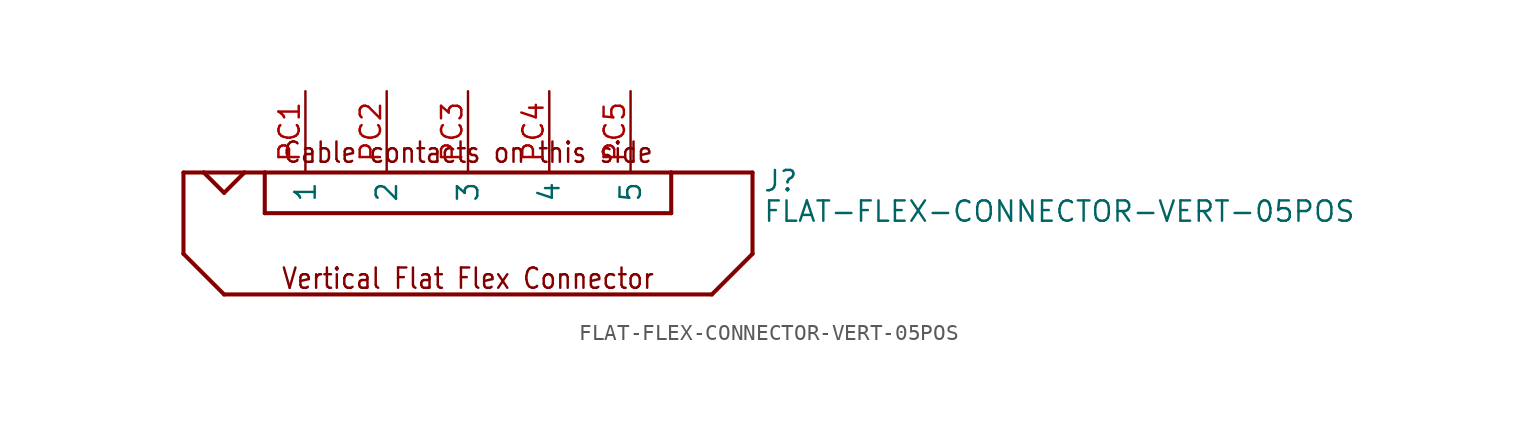
<source format=kicad_sym>
(kicad_symbol_lib
  (version 20211014)
  (generator kicad_symbol_editor)
  (symbol "FLAT-FLEX-CONNECTOR-VERT-05POS"
    (pin_names)
    (property "Reference" "J"
      (at 18.415 1.27 0)
      (effects (font (size 1.27 1.27)) (justify left bottom)))
    (property "Value" "FLAT-FLEX-CONNECTOR-VERT-05POS"
      (at 18.415 -0.635 0)
      (effects (font (size 1.27 1.27)) (justify left bottom)))
    (property "Datasheet" ""
      (at 0 0 0))
    (property "ki_description" "FLAT-FLEX-CONNECTOR-VERT-05POS  - Flat Flex Connector 5 position Vertical Technical Specifications: Number of Positions: 5 Contact: One Side Mount: Vertical "
      (at 0 0 0))
    (property "ki_fp_filters" "FlashPCB_Connectors:FLAT-FLEX-CONNECTOR-MOLEX-52610-VERT-05POS"
      (at 0 0 0))
    (symbol "FLAT-FLEX-CONNECTOR-VERT-05POS_1_1"
      (text "Cable contacts on this side" (at 0 3.048 0) (effects (font (size 1.27 1.086)) (justify bottom)))
      (text "Vertical Flat Flex Connector" (at 0 -4.826 0) (effects (font (size 1.27 1.086)) (justify bottom)))
      (polyline (pts (xy -17.78 2.54) (xy -17.78 -2.54)) (stroke (width 0.254)) (fill (type none)))
      (polyline (pts (xy -17.78 -2.54) (xy -15.24 -5.08)) (stroke (width 0.254)) (fill (type none)))
      (polyline (pts (xy -15.24 -5.08) (xy 15.24 -5.08)) (stroke (width 0.254)) (fill (type none)))
      (polyline (pts (xy 15.24 -5.08) (xy 17.78 -2.54)) (stroke (width 0.254)) (fill (type none)))
      (polyline (pts (xy 17.78 -2.54) (xy 17.78 2.54)) (stroke (width 0.254)) (fill (type none)))
      (polyline (pts (xy 17.78 2.54) (xy 12.7 2.54)) (stroke (width 0.254)) (fill (type none)))
      (polyline (pts (xy 12.7 2.54) (xy 12.7 0)) (stroke (width 0.254)) (fill (type none)))
      (polyline (pts (xy 12.7 0) (xy -12.7 0)) (stroke (width 0.254)) (fill (type none)))
      (polyline (pts (xy -12.7 0) (xy -12.7 2.54)) (stroke (width 0.254)) (fill (type none)))
      (polyline (pts (xy -12.7 2.54) (xy -13.97 2.54)) (stroke (width 0.254)) (fill (type none)))
      (polyline (pts (xy -13.97 2.54) (xy -16.51 2.54)) (stroke (width 0.254)) (fill (type none)))
      (polyline (pts (xy -16.51 2.54) (xy -17.78 2.54)) (stroke (width 0.254)) (fill (type none)))
      (polyline (pts (xy -12.7 2.54) (xy 12.7 2.54)) (stroke (width 0.254)) (fill (type none)))
      (polyline (pts (xy -16.51 2.54) (xy -15.24 1.27)) (stroke (width 0.254)) (fill (type none)))
      (polyline (pts (xy -15.24 1.27) (xy -13.97 2.54)) (stroke (width 0.254)) (fill (type none)))
      (pin bidirectional line (at -10.16 7.62 270) (length 5.08) (name "1" (effects (font (size 1.27 1.27)))) (number "PC1" (effects (font (size 1.27 1.27)))))
      (pin bidirectional line (at -10.16 7.62 270) (length 5.08) hide (name "1" (effects (font (size 1.27 1.27)))) (number "PS1" (effects (font (size 1.27 1.27)))))
      (pin bidirectional line (at -5.08 7.62 270) (length 5.08) (name "2" (effects (font (size 1.27 1.27)))) (number "PC2" (effects (font (size 1.27 1.27)))))
      (pin bidirectional line (at -5.08 7.62 270) (length 5.08) hide (name "2" (effects (font (size 1.27 1.27)))) (number "PS2" (effects (font (size 1.27 1.27)))))
      (pin bidirectional line (at 0 7.62 270) (length 5.08) (name "3" (effects (font (size 1.27 1.27)))) (number "PC3" (effects (font (size 1.27 1.27)))))
      (pin bidirectional line (at 0 7.62 270) (length 5.08) hide (name "3" (effects (font (size 1.27 1.27)))) (number "PS3" (effects (font (size 1.27 1.27)))))
      (pin bidirectional line (at 5.08 7.62 270) (length 5.08) (name "4" (effects (font (size 1.27 1.27)))) (number "PC4" (effects (font (size 1.27 1.27)))))
      (pin bidirectional line (at 5.08 7.62 270) (length 5.08) hide (name "4" (effects (font (size 1.27 1.27)))) (number "PS4" (effects (font (size 1.27 1.27)))))
      (pin bidirectional line (at 10.16 7.62 270) (length 5.08) (name "5" (effects (font (size 1.27 1.27)))) (number "PC5" (effects (font (size 1.27 1.27)))))
      (pin bidirectional line (at 10.16 7.62 270) (length 5.08) hide (name "5" (effects (font (size 1.27 1.27)))) (number "PS5" (effects (font (size 1.27 1.27))))))))
</source>
